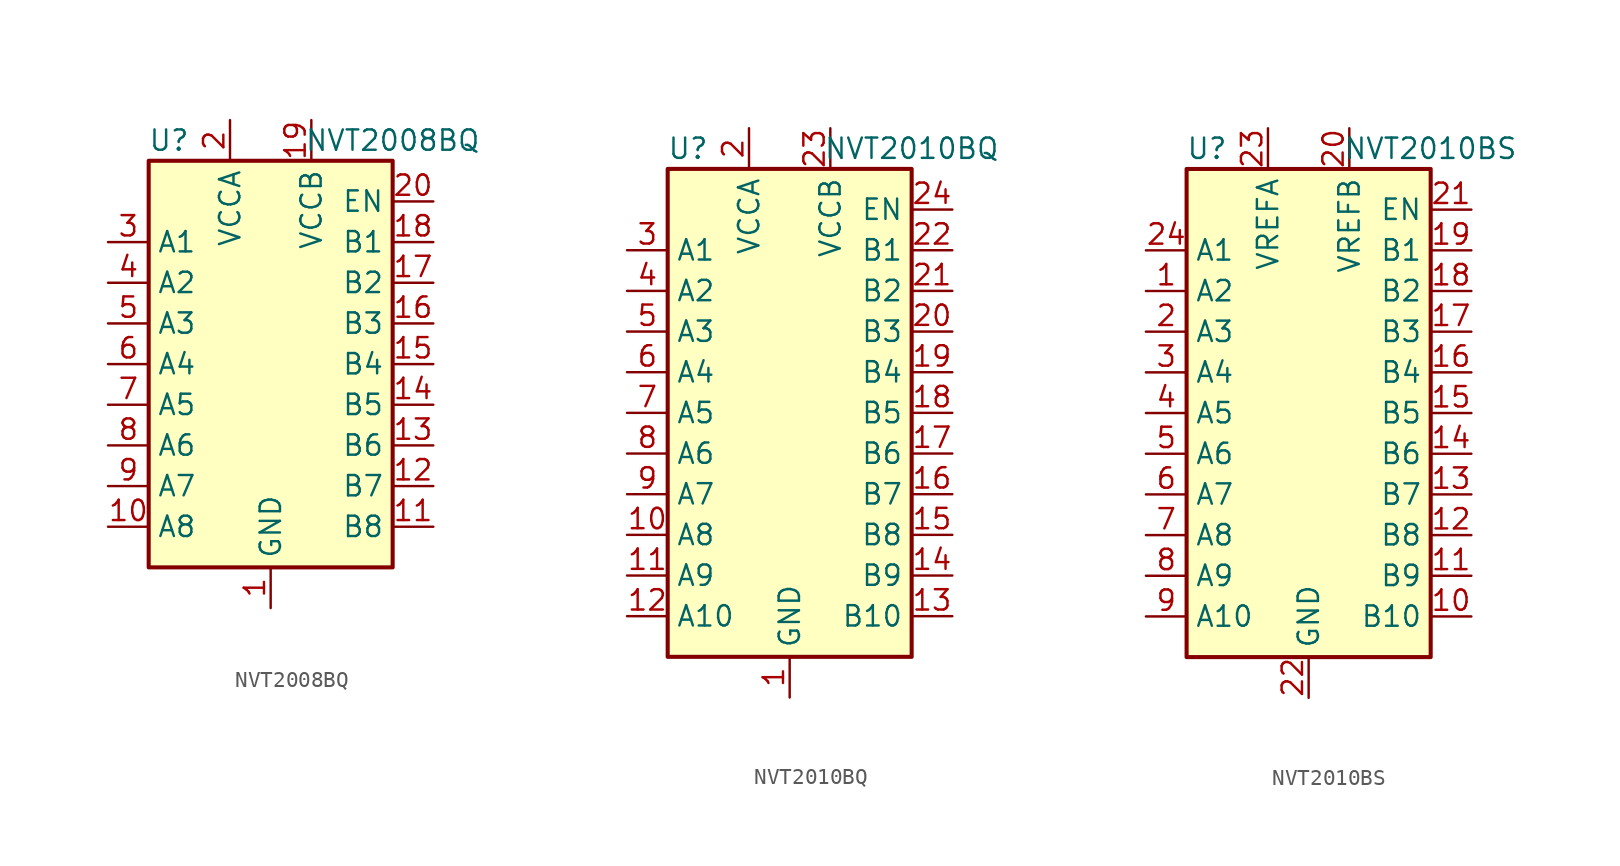
<source format=kicad_sym>
(kicad_symbol_lib
  (version 20211014)
  (generator kicad_symbol_editor)
  (symbol "NVT2008BQ"
    (property "Reference" "U"
      (at -6.35 13.97 0)
      (effects (font (size 1.27 1.27))))
    (property "Value" "NVT2008BQ"
      (at 7.62 13.97 0)
      (effects (font (size 1.27 1.27))))
    (symbol "NVT2008BQ_1_1"
      (rectangle (start -7.62 12.7) (end 7.62 -12.7) (stroke (width 0.254) (type default) (color 0 0 0 0)) (fill (type background)))
      (pin power_in line (at 0 -15.24 90) (length 2.54) (name "GND" (effects (font (size 1.27 1.27)))) (number "1" (effects (font (size 1.27 1.27)))))
      (pin bidirectional line (at -10.16 -10.16 0) (length 2.54) (name "A8" (effects (font (size 1.27 1.27)))) (number "10" (effects (font (size 1.27 1.27)))))
      (pin bidirectional line (at 10.16 -10.16 180) (length 2.54) (name "B8" (effects (font (size 1.27 1.27)))) (number "11" (effects (font (size 1.27 1.27)))))
      (pin bidirectional line (at 10.16 -7.62 180) (length 2.54) (name "B7" (effects (font (size 1.27 1.27)))) (number "12" (effects (font (size 1.27 1.27)))))
      (pin bidirectional line (at 10.16 -5.08 180) (length 2.54) (name "B6" (effects (font (size 1.27 1.27)))) (number "13" (effects (font (size 1.27 1.27)))))
      (pin bidirectional line (at 10.16 -2.54 180) (length 2.54) (name "B5" (effects (font (size 1.27 1.27)))) (number "14" (effects (font (size 1.27 1.27)))))
      (pin bidirectional line (at 10.16 0 180) (length 2.54) (name "B4" (effects (font (size 1.27 1.27)))) (number "15" (effects (font (size 1.27 1.27)))))
      (pin bidirectional line (at 10.16 2.54 180) (length 2.54) (name "B3" (effects (font (size 1.27 1.27)))) (number "16" (effects (font (size 1.27 1.27)))))
      (pin bidirectional line (at 10.16 5.08 180) (length 2.54) (name "B2" (effects (font (size 1.27 1.27)))) (number "17" (effects (font (size 1.27 1.27)))))
      (pin bidirectional line (at 10.16 7.62 180) (length 2.54) (name "B1" (effects (font (size 1.27 1.27)))) (number "18" (effects (font (size 1.27 1.27)))))
      (pin power_in line (at 2.54 15.24 270) (length 2.54) (name "VCCB" (effects (font (size 1.27 1.27)))) (number "19" (effects (font (size 1.27 1.27)))))
      (pin power_in line (at -2.54 15.24 270) (length 2.54) (name "VCCA" (effects (font (size 1.27 1.27)))) (number "2" (effects (font (size 1.27 1.27)))))
      (pin input line (at 10.16 10.16 180) (length 2.54) (name "EN" (effects (font (size 1.27 1.27)))) (number "20" (effects (font (size 1.27 1.27)))))
      (pin no_connect line (at 2.54 -12.7 90) (length 2.54) hide (name "NC" (effects (font (size 1.27 1.27)))) (number "21" (effects (font (size 1.27 1.27)))))
      (pin bidirectional line (at -10.16 7.62 0) (length 2.54) (name "A1" (effects (font (size 1.27 1.27)))) (number "3" (effects (font (size 1.27 1.27)))))
      (pin bidirectional line (at -10.16 5.08 0) (length 2.54) (name "A2" (effects (font (size 1.27 1.27)))) (number "4" (effects (font (size 1.27 1.27)))))
      (pin bidirectional line (at -10.16 2.54 0) (length 2.54) (name "A3" (effects (font (size 1.27 1.27)))) (number "5" (effects (font (size 1.27 1.27)))))
      (pin bidirectional line (at -10.16 0 0) (length 2.54) (name "A4" (effects (font (size 1.27 1.27)))) (number "6" (effects (font (size 1.27 1.27)))))
      (pin bidirectional line (at -10.16 -2.54 0) (length 2.54) (name "A5" (effects (font (size 1.27 1.27)))) (number "7" (effects (font (size 1.27 1.27)))))
      (pin bidirectional line (at -10.16 -5.08 0) (length 2.54) (name "A6" (effects (font (size 1.27 1.27)))) (number "8" (effects (font (size 1.27 1.27)))))
      (pin bidirectional line (at -10.16 -7.62 0) (length 2.54) (name "A7" (effects (font (size 1.27 1.27)))) (number "9" (effects (font (size 1.27 1.27)))))))
  (symbol "NVT2010BQ"
    (property "Reference" "U"
      (at -6.35 13.97 0)
      (effects (font (size 1.27 1.27))))
    (property "Value" "NVT2010BQ"
      (at 7.62 13.97 0)
      (effects (font (size 1.27 1.27))))
    (symbol "NVT2010BQ_1_1"
      (rectangle (start -7.62 12.7) (end 7.62 -17.78) (stroke (width 0.254) (type default) (color 0 0 0 0)) (fill (type background)))
      (pin power_in line (at 0 -20.32 90) (length 2.54) (name "GND" (effects (font (size 1.27 1.27)))) (number "1" (effects (font (size 1.27 1.27)))))
      (pin bidirectional line (at -10.16 -10.16 0) (length 2.54) (name "A8" (effects (font (size 1.27 1.27)))) (number "10" (effects (font (size 1.27 1.27)))))
      (pin bidirectional line (at -10.16 -12.7 0) (length 2.54) (name "A9" (effects (font (size 1.27 1.27)))) (number "11" (effects (font (size 1.27 1.27)))))
      (pin bidirectional line (at -10.16 -15.24 0) (length 2.54) (name "A10" (effects (font (size 1.27 1.27)))) (number "12" (effects (font (size 1.27 1.27)))))
      (pin bidirectional line (at 10.16 -15.24 180) (length 2.54) (name "B10" (effects (font (size 1.27 1.27)))) (number "13" (effects (font (size 1.27 1.27)))))
      (pin bidirectional line (at 10.16 -12.7 180) (length 2.54) (name "B9" (effects (font (size 1.27 1.27)))) (number "14" (effects (font (size 1.27 1.27)))))
      (pin bidirectional line (at 10.16 -10.16 180) (length 2.54) (name "B8" (effects (font (size 1.27 1.27)))) (number "15" (effects (font (size 1.27 1.27)))))
      (pin bidirectional line (at 10.16 -7.62 180) (length 2.54) (name "B7" (effects (font (size 1.27 1.27)))) (number "16" (effects (font (size 1.27 1.27)))))
      (pin bidirectional line (at 10.16 -5.08 180) (length 2.54) (name "B6" (effects (font (size 1.27 1.27)))) (number "17" (effects (font (size 1.27 1.27)))))
      (pin bidirectional line (at 10.16 -2.54 180) (length 2.54) (name "B5" (effects (font (size 1.27 1.27)))) (number "18" (effects (font (size 1.27 1.27)))))
      (pin bidirectional line (at 10.16 0 180) (length 2.54) (name "B4" (effects (font (size 1.27 1.27)))) (number "19" (effects (font (size 1.27 1.27)))))
      (pin power_in line (at -2.54 15.24 270) (length 2.54) (name "VCCA" (effects (font (size 1.27 1.27)))) (number "2" (effects (font (size 1.27 1.27)))))
      (pin bidirectional line (at 10.16 2.54 180) (length 2.54) (name "B3" (effects (font (size 1.27 1.27)))) (number "20" (effects (font (size 1.27 1.27)))))
      (pin bidirectional line (at 10.16 5.08 180) (length 2.54) (name "B2" (effects (font (size 1.27 1.27)))) (number "21" (effects (font (size 1.27 1.27)))))
      (pin no_connect line (at 2.54 -17.78 90) (length 2.54) hide (name "NC" (effects (font (size 1.27 1.27)))) (number "21" (effects (font (size 1.27 1.27)))))
      (pin bidirectional line (at 10.16 7.62 180) (length 2.54) (name "B1" (effects (font (size 1.27 1.27)))) (number "22" (effects (font (size 1.27 1.27)))))
      (pin power_in line (at 2.54 15.24 270) (length 2.54) (name "VCCB" (effects (font (size 1.27 1.27)))) (number "23" (effects (font (size 1.27 1.27)))))
      (pin input line (at 10.16 10.16 180) (length 2.54) (name "EN" (effects (font (size 1.27 1.27)))) (number "24" (effects (font (size 1.27 1.27)))))
      (pin bidirectional line (at -10.16 7.62 0) (length 2.54) (name "A1" (effects (font (size 1.27 1.27)))) (number "3" (effects (font (size 1.27 1.27)))))
      (pin bidirectional line (at -10.16 5.08 0) (length 2.54) (name "A2" (effects (font (size 1.27 1.27)))) (number "4" (effects (font (size 1.27 1.27)))))
      (pin bidirectional line (at -10.16 2.54 0) (length 2.54) (name "A3" (effects (font (size 1.27 1.27)))) (number "5" (effects (font (size 1.27 1.27)))))
      (pin bidirectional line (at -10.16 0 0) (length 2.54) (name "A4" (effects (font (size 1.27 1.27)))) (number "6" (effects (font (size 1.27 1.27)))))
      (pin bidirectional line (at -10.16 -2.54 0) (length 2.54) (name "A5" (effects (font (size 1.27 1.27)))) (number "7" (effects (font (size 1.27 1.27)))))
      (pin bidirectional line (at -10.16 -5.08 0) (length 2.54) (name "A6" (effects (font (size 1.27 1.27)))) (number "8" (effects (font (size 1.27 1.27)))))
      (pin bidirectional line (at -10.16 -7.62 0) (length 2.54) (name "A7" (effects (font (size 1.27 1.27)))) (number "9" (effects (font (size 1.27 1.27)))))))
  (symbol "NVT2010BS"
    (property "Reference" "U"
      (at -6.35 13.97 0)
      (effects (font (size 1.27 1.27))))
    (property "Value" "NVT2010BS"
      (at 7.62 13.97 0)
      (effects (font (size 1.27 1.27))))
    (symbol "NVT2010BS_1_1"
      (rectangle (start -7.62 12.7) (end 7.62 -17.78) (stroke (width 0.254) (type default) (color 0 0 0 0)) (fill (type background)))
      (pin bidirectional line (at -10.16 5.08 0) (length 2.54) (name "A2" (effects (font (size 1.27 1.27)))) (number "1" (effects (font (size 1.27 1.27)))))
      (pin bidirectional line (at 10.16 -15.24 180) (length 2.54) (name "B10" (effects (font (size 1.27 1.27)))) (number "10" (effects (font (size 1.27 1.27)))))
      (pin bidirectional line (at 10.16 -12.7 180) (length 2.54) (name "B9" (effects (font (size 1.27 1.27)))) (number "11" (effects (font (size 1.27 1.27)))))
      (pin bidirectional line (at 10.16 -10.16 180) (length 2.54) (name "B8" (effects (font (size 1.27 1.27)))) (number "12" (effects (font (size 1.27 1.27)))))
      (pin bidirectional line (at 10.16 -7.62 180) (length 2.54) (name "B7" (effects (font (size 1.27 1.27)))) (number "13" (effects (font (size 1.27 1.27)))))
      (pin bidirectional line (at 10.16 -5.08 180) (length 2.54) (name "B6" (effects (font (size 1.27 1.27)))) (number "14" (effects (font (size 1.27 1.27)))))
      (pin bidirectional line (at 10.16 -2.54 180) (length 2.54) (name "B5" (effects (font (size 1.27 1.27)))) (number "15" (effects (font (size 1.27 1.27)))))
      (pin bidirectional line (at 10.16 0 180) (length 2.54) (name "B4" (effects (font (size 1.27 1.27)))) (number "16" (effects (font (size 1.27 1.27)))))
      (pin bidirectional line (at 10.16 2.54 180) (length 2.54) (name "B3" (effects (font (size 1.27 1.27)))) (number "17" (effects (font (size 1.27 1.27)))))
      (pin bidirectional line (at 10.16 5.08 180) (length 2.54) (name "B2" (effects (font (size 1.27 1.27)))) (number "18" (effects (font (size 1.27 1.27)))))
      (pin bidirectional line (at 10.16 7.62 180) (length 2.54) (name "B1" (effects (font (size 1.27 1.27)))) (number "19" (effects (font (size 1.27 1.27)))))
      (pin bidirectional line (at -10.16 2.54 0) (length 2.54) (name "A3" (effects (font (size 1.27 1.27)))) (number "2" (effects (font (size 1.27 1.27)))))
      (pin input line (at 2.54 15.24 270) (length 2.54) (name "VREFB" (effects (font (size 1.27 1.27)))) (number "20" (effects (font (size 1.27 1.27)))))
      (pin input line (at 10.16 10.16 180) (length 2.54) (name "EN" (effects (font (size 1.27 1.27)))) (number "21" (effects (font (size 1.27 1.27)))))
      (pin power_in line (at 0 -20.32 90) (length 2.54) (name "GND" (effects (font (size 1.27 1.27)))) (number "22" (effects (font (size 1.27 1.27)))))
      (pin input line (at -2.54 15.24 270) (length 2.54) (name "VREFA" (effects (font (size 1.27 1.27)))) (number "23" (effects (font (size 1.27 1.27)))))
      (pin bidirectional line (at -10.16 7.62 0) (length 2.54) (name "A1" (effects (font (size 1.27 1.27)))) (number "24" (effects (font (size 1.27 1.27)))))
      (pin bidirectional line (at -10.16 0 0) (length 2.54) (name "A4" (effects (font (size 1.27 1.27)))) (number "3" (effects (font (size 1.27 1.27)))))
      (pin bidirectional line (at -10.16 -2.54 0) (length 2.54) (name "A5" (effects (font (size 1.27 1.27)))) (number "4" (effects (font (size 1.27 1.27)))))
      (pin bidirectional line (at -10.16 -5.08 0) (length 2.54) (name "A6" (effects (font (size 1.27 1.27)))) (number "5" (effects (font (size 1.27 1.27)))))
      (pin bidirectional line (at -10.16 -7.62 0) (length 2.54) (name "A7" (effects (font (size 1.27 1.27)))) (number "6" (effects (font (size 1.27 1.27)))))
      (pin bidirectional line (at -10.16 -10.16 0) (length 2.54) (name "A8" (effects (font (size 1.27 1.27)))) (number "7" (effects (font (size 1.27 1.27)))))
      (pin bidirectional line (at -10.16 -12.7 0) (length 2.54) (name "A9" (effects (font (size 1.27 1.27)))) (number "8" (effects (font (size 1.27 1.27)))))
      (pin bidirectional line (at -10.16 -15.24 0) (length 2.54) (name "A10" (effects (font (size 1.27 1.27)))) (number "9" (effects (font (size 1.27 1.27))))))))
</source>
